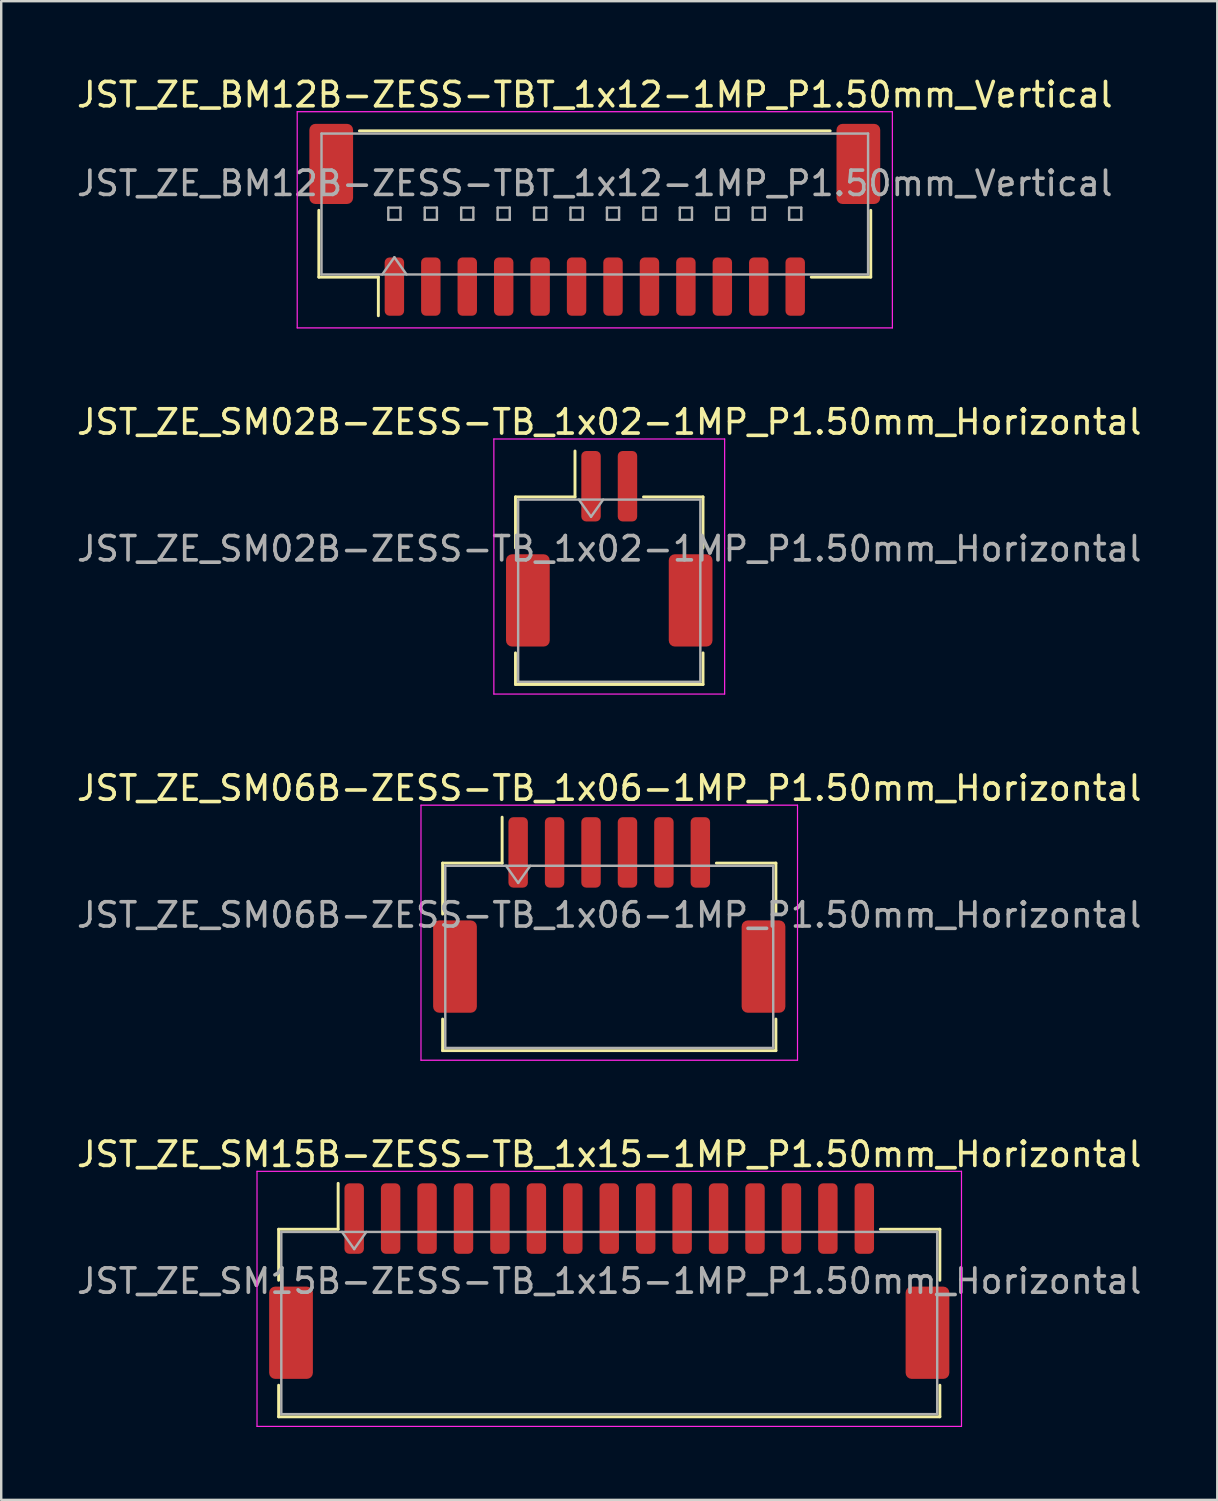
<source format=kicad_pcb>
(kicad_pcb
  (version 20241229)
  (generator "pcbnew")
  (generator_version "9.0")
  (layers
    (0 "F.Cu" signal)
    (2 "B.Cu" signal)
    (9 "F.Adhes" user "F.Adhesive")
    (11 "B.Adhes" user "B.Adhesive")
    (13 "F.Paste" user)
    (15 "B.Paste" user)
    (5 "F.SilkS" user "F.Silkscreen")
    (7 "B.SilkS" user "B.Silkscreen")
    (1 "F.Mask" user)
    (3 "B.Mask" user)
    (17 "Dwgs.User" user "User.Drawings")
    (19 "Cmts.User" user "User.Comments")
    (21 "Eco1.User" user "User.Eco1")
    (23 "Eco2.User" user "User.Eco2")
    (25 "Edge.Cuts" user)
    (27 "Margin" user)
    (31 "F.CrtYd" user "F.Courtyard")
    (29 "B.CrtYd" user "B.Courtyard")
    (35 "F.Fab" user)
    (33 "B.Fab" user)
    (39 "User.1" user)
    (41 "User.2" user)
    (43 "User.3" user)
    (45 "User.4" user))
  (footprint "JST_ZE_SM02B-ZESS-TB_1x02-1MP_P1.50mm_Horizontal"
    (layer "F.Cu")
    (at 22.03 19.541)
    (property "Reference" "JST_ZE_SM02B-ZESS-TB_1x02-1MP_P1.50mm_Horizontal" (at 0 -5.22 0) (layer "F.SilkS") (effects (font (size 1 1) (thickness 0.15))))
    (attr smd)
    (fp_line (start -3.86 -2.135) (end -1.41 -2.135) (stroke (width 0.12) (type solid)) (layer "F.SilkS"))
    (fp_line (start -3.86 -0.035) (end -3.86 -2.135) (stroke (width 0.12) (type solid)) (layer "F.SilkS"))
    (fp_line (start -3.86 4.285) (end -3.86 5.585) (stroke (width 0.12) (type solid)) (layer "F.SilkS"))
    (fp_line (start -3.86 5.585) (end 3.86 5.585) (stroke (width 0.12) (type solid)) (layer "F.SilkS"))
    (fp_line (start -1.41 -2.135) (end -1.41 -4.025) (stroke (width 0.12) (type solid)) (layer "F.SilkS"))
    (fp_line (start 3.86 -2.135) (end 1.41 -2.135) (stroke (width 0.12) (type solid)) (layer "F.SilkS"))
    (fp_line (start 3.86 -0.035) (end 3.86 -2.135) (stroke (width 0.12) (type solid)) (layer "F.SilkS"))
    (fp_line (start 3.86 5.585) (end 3.86 4.285) (stroke (width 0.12) (type solid)) (layer "F.SilkS"))
    (fp_line (start -4.75 -4.52) (end -4.75 5.98) (stroke (width 0.05) (type solid)) (layer "F.CrtYd"))
    (fp_line (start -4.75 5.98) (end 4.75 5.98) (stroke (width 0.05) (type solid)) (layer "F.CrtYd"))
    (fp_line (start 4.75 -4.52) (end -4.75 -4.52) (stroke (width 0.05) (type solid)) (layer "F.CrtYd"))
    (fp_line (start 4.75 5.98) (end 4.75 -4.52) (stroke (width 0.05) (type solid)) (layer "F.CrtYd"))
    (fp_line (start -3.75 -2.025) (end -3.75 5.475) (stroke (width 0.1) (type solid)) (layer "F.Fab"))
    (fp_line (start -3.75 -2.025) (end 3.75 -2.025) (stroke (width 0.1) (type solid)) (layer "F.Fab"))
    (fp_line (start -3.75 5.475) (end 3.75 5.475) (stroke (width 0.1) (type solid)) (layer "F.Fab"))
    (fp_line (start -1.25 -2.025) (end -0.75 -1.318) (stroke (width 0.1) (type solid)) (layer "F.Fab"))
    (fp_line (start -0.75 -1.318) (end -0.25 -2.025) (stroke (width 0.1) (type solid)) (layer "F.Fab"))
    (fp_line (start 3.75 -2.025) (end 3.75 5.475) (stroke (width 0.1) (type solid)) (layer "F.Fab"))
    (fp_text user "${REFERENCE}" (at 0 0 0) (layer "F.Fab") (effects (font (size 1 1) (thickness 0.15))))
    (pad "1" smd roundrect (at -0.75 -2.575) (size 0.8 2.9) (layers "F.Cu" "F.Mask" "F.Paste") (roundrect_rratio 0.25))
    (pad "2" smd roundrect (at 0.75 -2.575) (size 0.8 2.9) (layers "F.Cu" "F.Mask" "F.Paste") (roundrect_rratio 0.25))
    (pad "MP" smd roundrect (at -3.35 2.125) (size 1.8 3.8) (layers "F.Cu" "F.Mask" "F.Paste") (roundrect_rratio 0.139))
    (pad "MP" smd roundrect (at 3.35 2.125) (size 1.8 3.8) (layers "F.Cu" "F.Mask" "F.Paste") (roundrect_rratio 0.139)))
  (footprint "JST_ZE_SM15B-ZESS-TB_1x15-1MP_P1.50mm_Horizontal"
    (layer "F.Cu")
    (at 22.03 49.688)
    (property "Reference" "JST_ZE_SM15B-ZESS-TB_1x15-1MP_P1.50mm_Horizontal" (at 0 -5.22 0) (layer "F.SilkS") (effects (font (size 1 1) (thickness 0.15))))
    (attr smd)
    (fp_line (start -13.61 -2.135) (end -11.16 -2.135) (stroke (width 0.12) (type solid)) (layer "F.SilkS"))
    (fp_line (start -13.61 -0.035) (end -13.61 -2.135) (stroke (width 0.12) (type solid)) (layer "F.SilkS"))
    (fp_line (start -13.61 4.285) (end -13.61 5.585) (stroke (width 0.12) (type solid)) (layer "F.SilkS"))
    (fp_line (start -13.61 5.585) (end 13.61 5.585) (stroke (width 0.12) (type solid)) (layer "F.SilkS"))
    (fp_line (start -11.16 -2.135) (end -11.16 -4.025) (stroke (width 0.12) (type solid)) (layer "F.SilkS"))
    (fp_line (start 13.61 -2.135) (end 11.16 -2.135) (stroke (width 0.12) (type solid)) (layer "F.SilkS"))
    (fp_line (start 13.61 -0.035) (end 13.61 -2.135) (stroke (width 0.12) (type solid)) (layer "F.SilkS"))
    (fp_line (start 13.61 5.585) (end 13.61 4.285) (stroke (width 0.12) (type solid)) (layer "F.SilkS"))
    (fp_line (start -14.5 -4.52) (end -14.5 5.98) (stroke (width 0.05) (type solid)) (layer "F.CrtYd"))
    (fp_line (start -14.5 5.98) (end 14.5 5.98) (stroke (width 0.05) (type solid)) (layer "F.CrtYd"))
    (fp_line (start 14.5 -4.52) (end -14.5 -4.52) (stroke (width 0.05) (type solid)) (layer "F.CrtYd"))
    (fp_line (start 14.5 5.98) (end 14.5 -4.52) (stroke (width 0.05) (type solid)) (layer "F.CrtYd"))
    (fp_line (start -13.5 -2.025) (end -13.5 5.475) (stroke (width 0.1) (type solid)) (layer "F.Fab"))
    (fp_line (start -13.5 -2.025) (end 13.5 -2.025) (stroke (width 0.1) (type solid)) (layer "F.Fab"))
    (fp_line (start -13.5 5.475) (end 13.5 5.475) (stroke (width 0.1) (type solid)) (layer "F.Fab"))
    (fp_line (start -11 -2.025) (end -10.5 -1.318) (stroke (width 0.1) (type solid)) (layer "F.Fab"))
    (fp_line (start -10.5 -1.318) (end -10 -2.025) (stroke (width 0.1) (type solid)) (layer "F.Fab"))
    (fp_line (start 13.5 -2.025) (end 13.5 5.475) (stroke (width 0.1) (type solid)) (layer "F.Fab"))
    (fp_text user "${REFERENCE}" (at 0 0 0) (layer "F.Fab") (effects (font (size 1 1) (thickness 0.15))))
    (pad "1" smd roundrect (at -10.5 -2.575) (size 0.8 2.9) (layers "F.Cu" "F.Mask" "F.Paste") (roundrect_rratio 0.25))
    (pad "2" smd roundrect (at -9 -2.575) (size 0.8 2.9) (layers "F.Cu" "F.Mask" "F.Paste") (roundrect_rratio 0.25))
    (pad "3" smd roundrect (at -7.5 -2.575) (size 0.8 2.9) (layers "F.Cu" "F.Mask" "F.Paste") (roundrect_rratio 0.25))
    (pad "4" smd roundrect (at -6 -2.575) (size 0.8 2.9) (layers "F.Cu" "F.Mask" "F.Paste") (roundrect_rratio 0.25))
    (pad "5" smd roundrect (at -4.5 -2.575) (size 0.8 2.9) (layers "F.Cu" "F.Mask" "F.Paste") (roundrect_rratio 0.25))
    (pad "6" smd roundrect (at -3 -2.575) (size 0.8 2.9) (layers "F.Cu" "F.Mask" "F.Paste") (roundrect_rratio 0.25))
    (pad "7" smd roundrect (at -1.5 -2.575) (size 0.8 2.9) (layers "F.Cu" "F.Mask" "F.Paste") (roundrect_rratio 0.25))
    (pad "8" smd roundrect (at 0 -2.575) (size 0.8 2.9) (layers "F.Cu" "F.Mask" "F.Paste") (roundrect_rratio 0.25))
    (pad "9" smd roundrect (at 1.5 -2.575) (size 0.8 2.9) (layers "F.Cu" "F.Mask" "F.Paste") (roundrect_rratio 0.25))
    (pad "10" smd roundrect (at 3 -2.575) (size 0.8 2.9) (layers "F.Cu" "F.Mask" "F.Paste") (roundrect_rratio 0.25))
    (pad "11" smd roundrect (at 4.5 -2.575) (size 0.8 2.9) (layers "F.Cu" "F.Mask" "F.Paste") (roundrect_rratio 0.25))
    (pad "12" smd roundrect (at 6 -2.575) (size 0.8 2.9) (layers "F.Cu" "F.Mask" "F.Paste") (roundrect_rratio 0.25))
    (pad "13" smd roundrect (at 7.5 -2.575) (size 0.8 2.9) (layers "F.Cu" "F.Mask" "F.Paste") (roundrect_rratio 0.25))
    (pad "14" smd roundrect (at 9 -2.575) (size 0.8 2.9) (layers "F.Cu" "F.Mask" "F.Paste") (roundrect_rratio 0.25))
    (pad "15" smd roundrect (at 10.5 -2.575) (size 0.8 2.9) (layers "F.Cu" "F.Mask" "F.Paste") (roundrect_rratio 0.25))
    (pad "MP" smd roundrect (at -13.1 2.125) (size 1.8 3.8) (layers "F.Cu" "F.Mask" "F.Paste") (roundrect_rratio 0.139))
    (pad "MP" smd roundrect (at 13.1 2.125) (size 1.8 3.8) (layers "F.Cu" "F.Mask" "F.Paste") (roundrect_rratio 0.139)))
  (footprint "JST_ZE_SM06B-ZESS-TB_1x06-1MP_P1.50mm_Horizontal"
    (layer "F.Cu")
    (at 22.03 34.615)
    (property "Reference" "JST_ZE_SM06B-ZESS-TB_1x06-1MP_P1.50mm_Horizontal" (at 0 -5.22 0) (layer "F.SilkS") (effects (font (size 1 1) (thickness 0.15))))
    (attr smd)
    (fp_line (start -6.86 -2.135) (end -4.41 -2.135) (stroke (width 0.12) (type solid)) (layer "F.SilkS"))
    (fp_line (start -6.86 -0.035) (end -6.86 -2.135) (stroke (width 0.12) (type solid)) (layer "F.SilkS"))
    (fp_line (start -6.86 4.285) (end -6.86 5.585) (stroke (width 0.12) (type solid)) (layer "F.SilkS"))
    (fp_line (start -6.86 5.585) (end 6.86 5.585) (stroke (width 0.12) (type solid)) (layer "F.SilkS"))
    (fp_line (start -4.41 -2.135) (end -4.41 -4.025) (stroke (width 0.12) (type solid)) (layer "F.SilkS"))
    (fp_line (start 6.86 -2.135) (end 4.41 -2.135) (stroke (width 0.12) (type solid)) (layer "F.SilkS"))
    (fp_line (start 6.86 -0.035) (end 6.86 -2.135) (stroke (width 0.12) (type solid)) (layer "F.SilkS"))
    (fp_line (start 6.86 5.585) (end 6.86 4.285) (stroke (width 0.12) (type solid)) (layer "F.SilkS"))
    (fp_line (start -7.75 -4.52) (end -7.75 5.98) (stroke (width 0.05) (type solid)) (layer "F.CrtYd"))
    (fp_line (start -7.75 5.98) (end 7.75 5.98) (stroke (width 0.05) (type solid)) (layer "F.CrtYd"))
    (fp_line (start 7.75 -4.52) (end -7.75 -4.52) (stroke (width 0.05) (type solid)) (layer "F.CrtYd"))
    (fp_line (start 7.75 5.98) (end 7.75 -4.52) (stroke (width 0.05) (type solid)) (layer "F.CrtYd"))
    (fp_line (start -6.75 -2.025) (end -6.75 5.475) (stroke (width 0.1) (type solid)) (layer "F.Fab"))
    (fp_line (start -6.75 -2.025) (end 6.75 -2.025) (stroke (width 0.1) (type solid)) (layer "F.Fab"))
    (fp_line (start -6.75 5.475) (end 6.75 5.475) (stroke (width 0.1) (type solid)) (layer "F.Fab"))
    (fp_line (start -4.25 -2.025) (end -3.75 -1.318) (stroke (width 0.1) (type solid)) (layer "F.Fab"))
    (fp_line (start -3.75 -1.318) (end -3.25 -2.025) (stroke (width 0.1) (type solid)) (layer "F.Fab"))
    (fp_line (start 6.75 -2.025) (end 6.75 5.475) (stroke (width 0.1) (type solid)) (layer "F.Fab"))
    (fp_text user "${REFERENCE}" (at 0 0 0) (layer "F.Fab") (effects (font (size 1 1) (thickness 0.15))))
    (pad "1" smd roundrect (at -3.75 -2.575) (size 0.8 2.9) (layers "F.Cu" "F.Mask" "F.Paste") (roundrect_rratio 0.25))
    (pad "2" smd roundrect (at -2.25 -2.575) (size 0.8 2.9) (layers "F.Cu" "F.Mask" "F.Paste") (roundrect_rratio 0.25))
    (pad "3" smd roundrect (at -0.75 -2.575) (size 0.8 2.9) (layers "F.Cu" "F.Mask" "F.Paste") (roundrect_rratio 0.25))
    (pad "4" smd roundrect (at 0.75 -2.575) (size 0.8 2.9) (layers "F.Cu" "F.Mask" "F.Paste") (roundrect_rratio 0.25))
    (pad "5" smd roundrect (at 2.25 -2.575) (size 0.8 2.9) (layers "F.Cu" "F.Mask" "F.Paste") (roundrect_rratio 0.25))
    (pad "6" smd roundrect (at 3.75 -2.575) (size 0.8 2.9) (layers "F.Cu" "F.Mask" "F.Paste") (roundrect_rratio 0.25))
    (pad "MP" smd roundrect (at -6.35 2.125) (size 1.8 3.8) (layers "F.Cu" "F.Mask" "F.Paste") (roundrect_rratio 0.139))
    (pad "MP" smd roundrect (at 6.35 2.125) (size 1.8 3.8) (layers "F.Cu" "F.Mask" "F.Paste") (roundrect_rratio 0.139)))
  (footprint "JST_ZE_BM12B-ZESS-TBT_1x12-1MP_P1.50mm_Vertical"
    (layer "F.Cu")
    (at 21.435 5.998)
    (property "Reference" "JST_ZE_BM12B-ZESS-TBT_1x12-1MP_P1.50mm_Vertical" (at 0 -5.15 0) (layer "F.SilkS") (effects (font (size 1 1) (thickness 0.15))))
    (attr smd)
    (fp_line (start -11.36 -0.39) (end -11.36 2.36) (stroke (width 0.12) (type solid)) (layer "F.SilkS"))
    (fp_line (start -11.36 2.36) (end -8.91 2.36) (stroke (width 0.12) (type solid)) (layer "F.SilkS"))
    (fp_line (start -9.69 -3.66) (end 9.69 -3.66) (stroke (width 0.12) (type solid)) (layer "F.SilkS"))
    (fp_line (start -8.91 2.36) (end -8.91 3.95) (stroke (width 0.12) (type solid)) (layer "F.SilkS"))
    (fp_line (start 11.36 -0.39) (end 11.36 2.36) (stroke (width 0.12) (type solid)) (layer "F.SilkS"))
    (fp_line (start 11.36 2.36) (end 8.91 2.36) (stroke (width 0.12) (type solid)) (layer "F.SilkS"))
    (fp_line (start -12.25 -4.45) (end -12.25 4.45) (stroke (width 0.05) (type solid)) (layer "F.CrtYd"))
    (fp_line (start -12.25 4.45) (end 12.25 4.45) (stroke (width 0.05) (type solid)) (layer "F.CrtYd"))
    (fp_line (start 12.25 -4.45) (end -12.25 -4.45) (stroke (width 0.05) (type solid)) (layer "F.CrtYd"))
    (fp_line (start 12.25 4.45) (end 12.25 -4.45) (stroke (width 0.05) (type solid)) (layer "F.CrtYd"))
    (fp_line (start -11.25 -3.55) (end 11.25 -3.55) (stroke (width 0.1) (type solid)) (layer "F.Fab"))
    (fp_line (start -11.25 2.25) (end -11.25 -3.55) (stroke (width 0.1) (type solid)) (layer "F.Fab"))
    (fp_line (start -11.25 2.25) (end 11.25 2.25) (stroke (width 0.1) (type solid)) (layer "F.Fab"))
    (fp_line (start -8.75 2.25) (end -8.25 1.543) (stroke (width 0.1) (type solid)) (layer "F.Fab"))
    (fp_line (start -8.5 -0.5) (end -8.5 0) (stroke (width 0.1) (type solid)) (layer "F.Fab"))
    (fp_line (start -8.5 0) (end -8 0) (stroke (width 0.1) (type solid)) (layer "F.Fab"))
    (fp_line (start -8.25 1.543) (end -7.75 2.25) (stroke (width 0.1) (type solid)) (layer "F.Fab"))
    (fp_line (start -8 -0.5) (end -8.5 -0.5) (stroke (width 0.1) (type solid)) (layer "F.Fab"))
    (fp_line (start -8 0) (end -8 -0.5) (stroke (width 0.1) (type solid)) (layer "F.Fab"))
    (fp_line (start -7 -0.5) (end -7 0) (stroke (width 0.1) (type solid)) (layer "F.Fab"))
    (fp_line (start -7 0) (end -6.5 0) (stroke (width 0.1) (type solid)) (layer "F.Fab"))
    (fp_line (start -6.5 -0.5) (end -7 -0.5) (stroke (width 0.1) (type solid)) (layer "F.Fab"))
    (fp_line (start -6.5 0) (end -6.5 -0.5) (stroke (width 0.1) (type solid)) (layer "F.Fab"))
    (fp_line (start -5.5 -0.5) (end -5.5 0) (stroke (width 0.1) (type solid)) (layer "F.Fab"))
    (fp_line (start -5.5 0) (end -5 0) (stroke (width 0.1) (type solid)) (layer "F.Fab"))
    (fp_line (start -5 -0.5) (end -5.5 -0.5) (stroke (width 0.1) (type solid)) (layer "F.Fab"))
    (fp_line (start -5 0) (end -5 -0.5) (stroke (width 0.1) (type solid)) (layer "F.Fab"))
    (fp_line (start -4 -0.5) (end -4 0) (stroke (width 0.1) (type solid)) (layer "F.Fab"))
    (fp_line (start -4 0) (end -3.5 0) (stroke (width 0.1) (type solid)) (layer "F.Fab"))
    (fp_line (start -3.5 -0.5) (end -4 -0.5) (stroke (width 0.1) (type solid)) (layer "F.Fab"))
    (fp_line (start -3.5 0) (end -3.5 -0.5) (stroke (width 0.1) (type solid)) (layer "F.Fab"))
    (fp_line (start -2.5 -0.5) (end -2.5 0) (stroke (width 0.1) (type solid)) (layer "F.Fab"))
    (fp_line (start -2.5 0) (end -2 0) (stroke (width 0.1) (type solid)) (layer "F.Fab"))
    (fp_line (start -2 -0.5) (end -2.5 -0.5) (stroke (width 0.1) (type solid)) (layer "F.Fab"))
    (fp_line (start -2 0) (end -2 -0.5) (stroke (width 0.1) (type solid)) (layer "F.Fab"))
    (fp_line (start -1 -0.5) (end -1 0) (stroke (width 0.1) (type solid)) (layer "F.Fab"))
    (fp_line (start -1 0) (end -0.5 0) (stroke (width 0.1) (type solid)) (layer "F.Fab"))
    (fp_line (start -0.5 -0.5) (end -1 -0.5) (stroke (width 0.1) (type solid)) (layer "F.Fab"))
    (fp_line (start -0.5 0) (end -0.5 -0.5) (stroke (width 0.1) (type solid)) (layer "F.Fab"))
    (fp_line (start 0.5 -0.5) (end 0.5 0) (stroke (width 0.1) (type solid)) (layer "F.Fab"))
    (fp_line (start 0.5 0) (end 1 0) (stroke (width 0.1) (type solid)) (layer "F.Fab"))
    (fp_line (start 1 -0.5) (end 0.5 -0.5) (stroke (width 0.1) (type solid)) (layer "F.Fab"))
    (fp_line (start 1 0) (end 1 -0.5) (stroke (width 0.1) (type solid)) (layer "F.Fab"))
    (fp_line (start 2 -0.5) (end 2 0) (stroke (width 0.1) (type solid)) (layer "F.Fab"))
    (fp_line (start 2 0) (end 2.5 0) (stroke (width 0.1) (type solid)) (layer "F.Fab"))
    (fp_line (start 2.5 -0.5) (end 2 -0.5) (stroke (width 0.1) (type solid)) (layer "F.Fab"))
    (fp_line (start 2.5 0) (end 2.5 -0.5) (stroke (width 0.1) (type solid)) (layer "F.Fab"))
    (fp_line (start 3.5 -0.5) (end 3.5 0) (stroke (width 0.1) (type solid)) (layer "F.Fab"))
    (fp_line (start 3.5 0) (end 4 0) (stroke (width 0.1) (type solid)) (layer "F.Fab"))
    (fp_line (start 4 -0.5) (end 3.5 -0.5) (stroke (width 0.1) (type solid)) (layer "F.Fab"))
    (fp_line (start 4 0) (end 4 -0.5) (stroke (width 0.1) (type solid)) (layer "F.Fab"))
    (fp_line (start 5 -0.5) (end 5 0) (stroke (width 0.1) (type solid)) (layer "F.Fab"))
    (fp_line (start 5 0) (end 5.5 0) (stroke (width 0.1) (type solid)) (layer "F.Fab"))
    (fp_line (start 5.5 -0.5) (end 5 -0.5) (stroke (width 0.1) (type solid)) (layer "F.Fab"))
    (fp_line (start 5.5 0) (end 5.5 -0.5) (stroke (width 0.1) (type solid)) (layer "F.Fab"))
    (fp_line (start 6.5 -0.5) (end 6.5 0) (stroke (width 0.1) (type solid)) (layer "F.Fab"))
    (fp_line (start 6.5 0) (end 7 0) (stroke (width 0.1) (type solid)) (layer "F.Fab"))
    (fp_line (start 7 -0.5) (end 6.5 -0.5) (stroke (width 0.1) (type solid)) (layer "F.Fab"))
    (fp_line (start 7 0) (end 7 -0.5) (stroke (width 0.1) (type solid)) (layer "F.Fab"))
    (fp_line (start 8 -0.5) (end 8 0) (stroke (width 0.1) (type solid)) (layer "F.Fab"))
    (fp_line (start 8 0) (end 8.5 0) (stroke (width 0.1) (type solid)) (layer "F.Fab"))
    (fp_line (start 8.5 -0.5) (end 8 -0.5) (stroke (width 0.1) (type solid)) (layer "F.Fab"))
    (fp_line (start 8.5 0) (end 8.5 -0.5) (stroke (width 0.1) (type solid)) (layer "F.Fab"))
    (fp_line (start 11.25 2.25) (end 11.25 -3.55) (stroke (width 0.1) (type solid)) (layer "F.Fab"))
    (fp_text user "${REFERENCE}" (at 0 -1.5 0) (layer "F.Fab") (effects (font (size 1 1) (thickness 0.15))))
    (pad "1" smd roundrect (at -8.25 2.75) (size 0.8 2.4) (layers "F.Cu" "F.Mask" "F.Paste") (roundrect_rratio 0.25))
    (pad "2" smd roundrect (at -6.75 2.75) (size 0.8 2.4) (layers "F.Cu" "F.Mask" "F.Paste") (roundrect_rratio 0.25))
    (pad "3" smd roundrect (at -5.25 2.75) (size 0.8 2.4) (layers "F.Cu" "F.Mask" "F.Paste") (roundrect_rratio 0.25))
    (pad "4" smd roundrect (at -3.75 2.75) (size 0.8 2.4) (layers "F.Cu" "F.Mask" "F.Paste") (roundrect_rratio 0.25))
    (pad "5" smd roundrect (at -2.25 2.75) (size 0.8 2.4) (layers "F.Cu" "F.Mask" "F.Paste") (roundrect_rratio 0.25))
    (pad "6" smd roundrect (at -0.75 2.75) (size 0.8 2.4) (layers "F.Cu" "F.Mask" "F.Paste") (roundrect_rratio 0.25))
    (pad "7" smd roundrect (at 0.75 2.75) (size 0.8 2.4) (layers "F.Cu" "F.Mask" "F.Paste") (roundrect_rratio 0.25))
    (pad "8" smd roundrect (at 2.25 2.75) (size 0.8 2.4) (layers "F.Cu" "F.Mask" "F.Paste") (roundrect_rratio 0.25))
    (pad "9" smd roundrect (at 3.75 2.75) (size 0.8 2.4) (layers "F.Cu" "F.Mask" "F.Paste") (roundrect_rratio 0.25))
    (pad "10" smd roundrect (at 5.25 2.75) (size 0.8 2.4) (layers "F.Cu" "F.Mask" "F.Paste") (roundrect_rratio 0.25))
    (pad "11" smd roundrect (at 6.75 2.75) (size 0.8 2.4) (layers "F.Cu" "F.Mask" "F.Paste") (roundrect_rratio 0.25))
    (pad "12" smd roundrect (at 8.25 2.75) (size 0.8 2.4) (layers "F.Cu" "F.Mask" "F.Paste") (roundrect_rratio 0.25))
    (pad "MP" smd roundrect (at -10.85 -2.3) (size 1.8 3.3) (layers "F.Cu" "F.Mask" "F.Paste") (roundrect_rratio 0.139))
    (pad "MP" smd roundrect (at 10.85 -2.3) (size 1.8 3.3) (layers "F.Cu" "F.Mask" "F.Paste") (roundrect_rratio 0.139)))
  (gr_rect
    (start -3 -3)
    (end 47.06 58.693)
    (stroke (width 0.1) (type default))
    (fill no)
    (layer "Edge.Cuts")))
</source>
